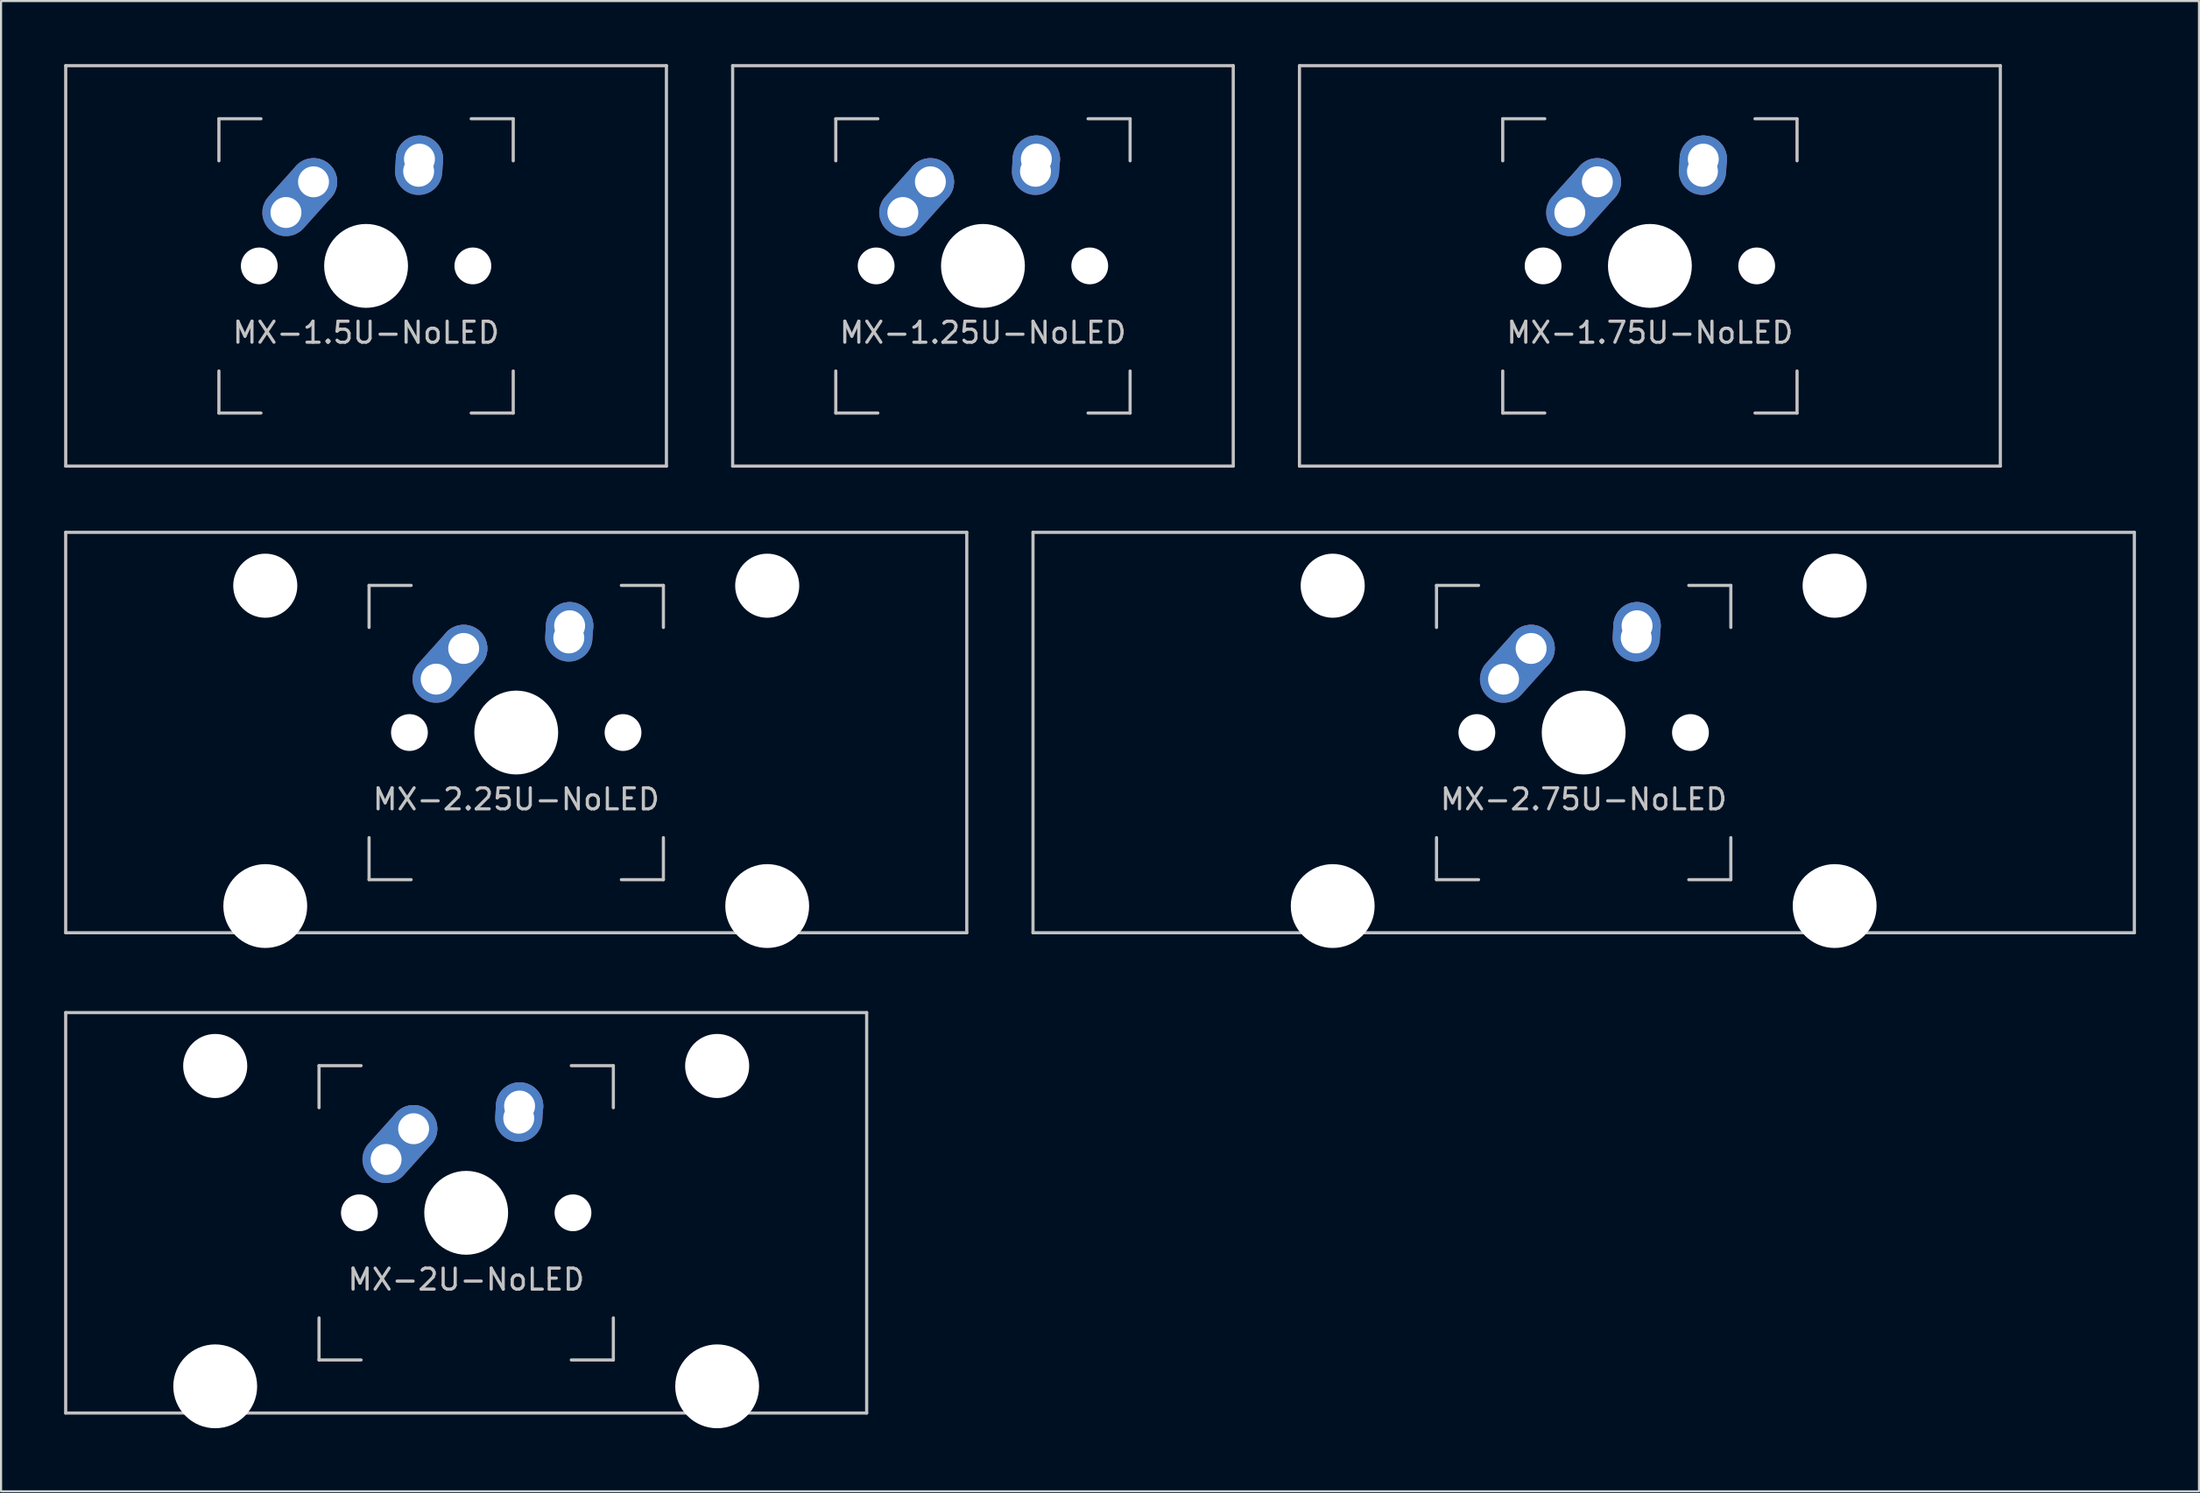
<source format=kicad_pcb>
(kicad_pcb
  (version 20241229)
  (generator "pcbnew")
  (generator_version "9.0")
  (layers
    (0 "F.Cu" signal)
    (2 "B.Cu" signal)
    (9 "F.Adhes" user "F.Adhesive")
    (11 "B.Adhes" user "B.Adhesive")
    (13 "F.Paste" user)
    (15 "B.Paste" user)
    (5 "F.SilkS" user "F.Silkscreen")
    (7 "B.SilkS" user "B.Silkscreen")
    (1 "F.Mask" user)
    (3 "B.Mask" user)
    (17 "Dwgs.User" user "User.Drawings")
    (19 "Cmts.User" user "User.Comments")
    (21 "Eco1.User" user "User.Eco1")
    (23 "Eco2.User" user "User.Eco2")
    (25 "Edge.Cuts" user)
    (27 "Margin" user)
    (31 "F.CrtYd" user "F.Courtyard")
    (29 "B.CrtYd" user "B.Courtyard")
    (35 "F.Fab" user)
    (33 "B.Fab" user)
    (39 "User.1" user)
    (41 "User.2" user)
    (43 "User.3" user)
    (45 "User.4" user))
  (footprint "MX-1.25U-NoLED"
    (layer "F.Cu")
    (at 43.706 9.6)
    (property "Reference" "MX-1.25U-NoLED" (at 0 3.175 0) (layer "Dwgs.User") (effects (font (size 1 1) (thickness 0.15))))
    (attr through_hole)
    (fp_line (start -11.906 -9.525) (end 11.906 -9.525) (stroke (width 0.15) (type solid)) (layer "Dwgs.User"))
    (fp_line (start -11.906 9.525) (end -11.906 -9.525) (stroke (width 0.15) (type solid)) (layer "Dwgs.User"))
    (fp_line (start -7 -7) (end -7 -5) (stroke (width 0.15) (type solid)) (layer "Dwgs.User"))
    (fp_line (start -7 5) (end -7 7) (stroke (width 0.15) (type solid)) (layer "Dwgs.User"))
    (fp_line (start -7 7) (end -5 7) (stroke (width 0.15) (type solid)) (layer "Dwgs.User"))
    (fp_line (start -5 -7) (end -7 -7) (stroke (width 0.15) (type solid)) (layer "Dwgs.User"))
    (fp_line (start 5 -7) (end 7 -7) (stroke (width 0.15) (type solid)) (layer "Dwgs.User"))
    (fp_line (start 5 7) (end 7 7) (stroke (width 0.15) (type solid)) (layer "Dwgs.User"))
    (fp_line (start 7 -7) (end 7 -5) (stroke (width 0.15) (type solid)) (layer "Dwgs.User"))
    (fp_line (start 7 7) (end 7 5) (stroke (width 0.15) (type solid)) (layer "Dwgs.User"))
    (fp_line (start 11.906 -9.525) (end 11.906 9.525) (stroke (width 0.15) (type solid)) (layer "Dwgs.User"))
    (fp_line (start 11.906 9.525) (end -11.906 9.525) (stroke (width 0.15) (type solid)) (layer "Dwgs.User"))
    (pad "" np_thru_hole circle (at -5.08 0 48.1) (size 1.75 1.75) (drill 1.75) (layers "*.Cu" "*.Mask"))
    (pad "" np_thru_hole circle (at 0 0) (size 3.988 3.988) (drill 3.988) (layers "*.Cu" "*.Mask"))
    (pad "" np_thru_hole circle (at 5.08 0 48.1) (size 1.75 1.75) (drill 1.75) (layers "*.Cu" "*.Mask"))
    (pad "1" thru_hole oval (at -3.81 -2.54 48.1) (size 4.212 2.25) (drill 1.47 (offset 0.981 0)) (layers "*.Cu" "B.Mask"))
    (pad "1" thru_hole circle (at -2.5 -4) (size 2.25 2.25) (drill 1.47) (layers "*.Cu" "B.Mask"))
    (pad "2" thru_hole oval (at 2.5 -4.5 86.055) (size 2.831 2.25) (drill 1.47 (offset 0.291 0)) (layers "*.Cu" "B.Mask"))
    (pad "2" thru_hole circle (at 2.54 -5.08) (size 2.25 2.25) (drill 1.47) (layers "*.Cu" "B.Mask")))
  (footprint "MX-1.5U-NoLED"
    (layer "F.Cu")
    (at 14.363 9.6)
    (property "Reference" "MX-1.5U-NoLED" (at 0 3.175 0) (layer "Dwgs.User") (effects (font (size 1 1) (thickness 0.15))))
    (attr through_hole)
    (fp_line (start -14.287 -9.525) (end 14.287 -9.525) (stroke (width 0.15) (type solid)) (layer "Dwgs.User"))
    (fp_line (start -14.287 9.525) (end -14.287 -9.525) (stroke (width 0.15) (type solid)) (layer "Dwgs.User"))
    (fp_line (start -7 -7) (end -7 -5) (stroke (width 0.15) (type solid)) (layer "Dwgs.User"))
    (fp_line (start -7 5) (end -7 7) (stroke (width 0.15) (type solid)) (layer "Dwgs.User"))
    (fp_line (start -7 7) (end -5 7) (stroke (width 0.15) (type solid)) (layer "Dwgs.User"))
    (fp_line (start -5 -7) (end -7 -7) (stroke (width 0.15) (type solid)) (layer "Dwgs.User"))
    (fp_line (start 5 -7) (end 7 -7) (stroke (width 0.15) (type solid)) (layer "Dwgs.User"))
    (fp_line (start 5 7) (end 7 7) (stroke (width 0.15) (type solid)) (layer "Dwgs.User"))
    (fp_line (start 7 -7) (end 7 -5) (stroke (width 0.15) (type solid)) (layer "Dwgs.User"))
    (fp_line (start 7 7) (end 7 5) (stroke (width 0.15) (type solid)) (layer "Dwgs.User"))
    (fp_line (start 14.287 -9.525) (end 14.287 9.525) (stroke (width 0.15) (type solid)) (layer "Dwgs.User"))
    (fp_line (start 14.287 9.525) (end -14.287 9.525) (stroke (width 0.15) (type solid)) (layer "Dwgs.User"))
    (pad "" np_thru_hole circle (at -5.08 0 48.1) (size 1.75 1.75) (drill 1.75) (layers "*.Cu" "*.Mask"))
    (pad "" np_thru_hole circle (at 0 0) (size 3.988 3.988) (drill 3.988) (layers "*.Cu" "*.Mask"))
    (pad "" np_thru_hole circle (at 5.08 0 48.1) (size 1.75 1.75) (drill 1.75) (layers "*.Cu" "*.Mask"))
    (pad "1" thru_hole oval (at -3.81 -2.54 48.1) (size 4.212 2.25) (drill 1.47 (offset 0.981 0)) (layers "*.Cu" "B.Mask"))
    (pad "1" thru_hole circle (at -2.5 -4) (size 2.25 2.25) (drill 1.47) (layers "*.Cu" "B.Mask"))
    (pad "2" thru_hole oval (at 2.5 -4.5 86.055) (size 2.831 2.25) (drill 1.47 (offset 0.291 0)) (layers "*.Cu" "B.Mask"))
    (pad "2" thru_hole circle (at 2.54 -5.08) (size 2.25 2.25) (drill 1.47) (layers "*.Cu" "B.Mask")))
  (footprint "MX-1.75U-NoLED"
    (layer "F.Cu")
    (at 75.431 9.6)
    (property "Reference" "MX-1.75U-NoLED" (at 0 3.175 0) (layer "Dwgs.User") (effects (font (size 1 1) (thickness 0.15))))
    (attr through_hole)
    (fp_line (start -16.669 -9.525) (end 16.669 -9.525) (stroke (width 0.15) (type solid)) (layer "Dwgs.User"))
    (fp_line (start -16.669 9.525) (end -16.669 -9.525) (stroke (width 0.15) (type solid)) (layer "Dwgs.User"))
    (fp_line (start -7 -7) (end -7 -5) (stroke (width 0.15) (type solid)) (layer "Dwgs.User"))
    (fp_line (start -7 5) (end -7 7) (stroke (width 0.15) (type solid)) (layer "Dwgs.User"))
    (fp_line (start -7 7) (end -5 7) (stroke (width 0.15) (type solid)) (layer "Dwgs.User"))
    (fp_line (start -5 -7) (end -7 -7) (stroke (width 0.15) (type solid)) (layer "Dwgs.User"))
    (fp_line (start 5 -7) (end 7 -7) (stroke (width 0.15) (type solid)) (layer "Dwgs.User"))
    (fp_line (start 5 7) (end 7 7) (stroke (width 0.15) (type solid)) (layer "Dwgs.User"))
    (fp_line (start 7 -7) (end 7 -5) (stroke (width 0.15) (type solid)) (layer "Dwgs.User"))
    (fp_line (start 7 7) (end 7 5) (stroke (width 0.15) (type solid)) (layer "Dwgs.User"))
    (fp_line (start 16.669 -9.525) (end 16.669 9.525) (stroke (width 0.15) (type solid)) (layer "Dwgs.User"))
    (fp_line (start 16.669 9.525) (end -16.669 9.525) (stroke (width 0.15) (type solid)) (layer "Dwgs.User"))
    (pad "" np_thru_hole circle (at -5.08 0 48.1) (size 1.75 1.75) (drill 1.75) (layers "*.Cu" "*.Mask"))
    (pad "" np_thru_hole circle (at 0 0) (size 3.988 3.988) (drill 3.988) (layers "*.Cu" "*.Mask"))
    (pad "" np_thru_hole circle (at 5.08 0 48.1) (size 1.75 1.75) (drill 1.75) (layers "*.Cu" "*.Mask"))
    (pad "1" thru_hole oval (at -3.81 -2.54 48.1) (size 4.212 2.25) (drill 1.47 (offset 0.981 0)) (layers "*.Cu" "B.Mask"))
    (pad "1" thru_hole circle (at -2.5 -4) (size 2.25 2.25) (drill 1.47) (layers "*.Cu" "B.Mask"))
    (pad "2" thru_hole oval (at 2.5 -4.5 86.055) (size 2.831 2.25) (drill 1.47 (offset 0.291 0)) (layers "*.Cu" "B.Mask"))
    (pad "2" thru_hole circle (at 2.54 -5.08) (size 2.25 2.25) (drill 1.47) (layers "*.Cu" "B.Mask")))
  (footprint "MX-2U-NoLED"
    (layer "F.Cu")
    (at 19.125 54.649)
    (property "Reference" "MX-2U-NoLED" (at 0 3.175 0) (layer "Dwgs.User") (effects (font (size 1 1) (thickness 0.15))))
    (attr through_hole)
    (fp_line (start -19.05 -9.525) (end 19.05 -9.525) (stroke (width 0.15) (type solid)) (layer "Dwgs.User"))
    (fp_line (start -19.05 9.525) (end -19.05 -9.525) (stroke (width 0.15) (type solid)) (layer "Dwgs.User"))
    (fp_line (start -19.05 9.525) (end 19.05 9.525) (stroke (width 0.15) (type solid)) (layer "Dwgs.User"))
    (fp_line (start -7 -7) (end -7 -5) (stroke (width 0.15) (type solid)) (layer "Dwgs.User"))
    (fp_line (start -7 5) (end -7 7) (stroke (width 0.15) (type solid)) (layer "Dwgs.User"))
    (fp_line (start -7 7) (end -5 7) (stroke (width 0.15) (type solid)) (layer "Dwgs.User"))
    (fp_line (start -5 -7) (end -7 -7) (stroke (width 0.15) (type solid)) (layer "Dwgs.User"))
    (fp_line (start 5 -7) (end 7 -7) (stroke (width 0.15) (type solid)) (layer "Dwgs.User"))
    (fp_line (start 5 7) (end 7 7) (stroke (width 0.15) (type solid)) (layer "Dwgs.User"))
    (fp_line (start 7 -7) (end 7 -5) (stroke (width 0.15) (type solid)) (layer "Dwgs.User"))
    (fp_line (start 7 7) (end 7 5) (stroke (width 0.15) (type solid)) (layer "Dwgs.User"))
    (fp_line (start 19.05 -9.525) (end 19.05 9.525) (stroke (width 0.15) (type solid)) (layer "Dwgs.User"))
    (pad "" np_thru_hole circle (at -11.938 -6.985) (size 3.048 3.048) (drill 3.048) (layers "*.Cu" "*.Mask"))
    (pad "" np_thru_hole circle (at -11.938 8.255) (size 3.988 3.988) (drill 3.988) (layers "*.Cu" "*.Mask"))
    (pad "" np_thru_hole circle (at -5.08 0 48.1) (size 1.75 1.75) (drill 1.75) (layers "*.Cu" "*.Mask"))
    (pad "" np_thru_hole circle (at 0 0) (size 3.988 3.988) (drill 3.988) (layers "*.Cu" "*.Mask"))
    (pad "" np_thru_hole circle (at 5.08 0 48.1) (size 1.75 1.75) (drill 1.75) (layers "*.Cu" "*.Mask"))
    (pad "" np_thru_hole circle (at 11.938 -6.985) (size 3.048 3.048) (drill 3.048) (layers "*.Cu" "*.Mask"))
    (pad "" np_thru_hole circle (at 11.938 8.255) (size 3.988 3.988) (drill 3.988) (layers "*.Cu" "*.Mask"))
    (pad "1" thru_hole oval (at -3.81 -2.54 48.1) (size 4.212 2.25) (drill 1.47 (offset 0.981 0)) (layers "*.Cu" "B.Mask"))
    (pad "1" thru_hole circle (at -2.5 -4) (size 2.25 2.25) (drill 1.47) (layers "*.Cu" "B.Mask"))
    (pad "2" thru_hole oval (at 2.5 -4.5 86.055) (size 2.831 2.25) (drill 1.47 (offset 0.291 0)) (layers "*.Cu" "B.Mask"))
    (pad "2" thru_hole circle (at 2.54 -5.08) (size 2.25 2.25) (drill 1.47) (layers "*.Cu" "B.Mask")))
  (footprint "MX-2.25U-NoLED"
    (layer "F.Cu")
    (at 21.506 31.8)
    (property "Reference" "MX-2.25U-NoLED" (at 0 3.175 0) (layer "Dwgs.User") (effects (font (size 1 1) (thickness 0.15))))
    (attr through_hole)
    (fp_line (start -21.431 -9.525) (end 21.431 -9.525) (stroke (width 0.15) (type solid)) (layer "Dwgs.User"))
    (fp_line (start -21.431 9.525) (end -21.431 -9.525) (stroke (width 0.15) (type solid)) (layer "Dwgs.User"))
    (fp_line (start -21.431 9.525) (end 21.431 9.525) (stroke (width 0.15) (type solid)) (layer "Dwgs.User"))
    (fp_line (start -7 -7) (end -7 -5) (stroke (width 0.15) (type solid)) (layer "Dwgs.User"))
    (fp_line (start -7 5) (end -7 7) (stroke (width 0.15) (type solid)) (layer "Dwgs.User"))
    (fp_line (start -7 7) (end -5 7) (stroke (width 0.15) (type solid)) (layer "Dwgs.User"))
    (fp_line (start -5 -7) (end -7 -7) (stroke (width 0.15) (type solid)) (layer "Dwgs.User"))
    (fp_line (start 5 -7) (end 7 -7) (stroke (width 0.15) (type solid)) (layer "Dwgs.User"))
    (fp_line (start 5 7) (end 7 7) (stroke (width 0.15) (type solid)) (layer "Dwgs.User"))
    (fp_line (start 7 -7) (end 7 -5) (stroke (width 0.15) (type solid)) (layer "Dwgs.User"))
    (fp_line (start 7 7) (end 7 5) (stroke (width 0.15) (type solid)) (layer "Dwgs.User"))
    (fp_line (start 21.431 -9.525) (end 21.431 9.525) (stroke (width 0.15) (type solid)) (layer "Dwgs.User"))
    (pad "" np_thru_hole circle (at -11.938 -6.985) (size 3.048 3.048) (drill 3.048) (layers "*.Cu" "*.Mask"))
    (pad "" np_thru_hole circle (at -11.938 8.255) (size 3.988 3.988) (drill 3.988) (layers "*.Cu" "*.Mask"))
    (pad "" np_thru_hole circle (at -5.08 0 48.1) (size 1.75 1.75) (drill 1.75) (layers "*.Cu" "*.Mask"))
    (pad "" np_thru_hole circle (at 0 0) (size 3.988 3.988) (drill 3.988) (layers "*.Cu" "*.Mask"))
    (pad "" np_thru_hole circle (at 5.08 0 48.1) (size 1.75 1.75) (drill 1.75) (layers "*.Cu" "*.Mask"))
    (pad "" np_thru_hole circle (at 11.938 -6.985) (size 3.048 3.048) (drill 3.048) (layers "*.Cu" "*.Mask"))
    (pad "" np_thru_hole circle (at 11.938 8.255) (size 3.988 3.988) (drill 3.988) (layers "*.Cu" "*.Mask"))
    (pad "1" thru_hole oval (at -3.81 -2.54 48.1) (size 4.212 2.25) (drill 1.47 (offset 0.981 0)) (layers "*.Cu" "B.Mask"))
    (pad "1" thru_hole circle (at -2.5 -4) (size 2.25 2.25) (drill 1.47) (layers "*.Cu" "B.Mask"))
    (pad "2" thru_hole oval (at 2.5 -4.5 86.055) (size 2.831 2.25) (drill 1.47 (offset 0.291 0)) (layers "*.Cu" "B.Mask"))
    (pad "2" thru_hole circle (at 2.54 -5.08) (size 2.25 2.25) (drill 1.47) (layers "*.Cu" "B.Mask")))
  (footprint "MX-2.75U-NoLED"
    (layer "F.Cu")
    (at 72.281 31.8)
    (property "Reference" "MX-2.75U-NoLED" (at 0 3.175 0) (layer "Dwgs.User") (effects (font (size 1 1) (thickness 0.15))))
    (attr through_hole)
    (fp_line (start -26.194 -9.525) (end 26.194 -9.525) (stroke (width 0.15) (type solid)) (layer "Dwgs.User"))
    (fp_line (start -26.194 9.525) (end -26.194 -9.525) (stroke (width 0.15) (type solid)) (layer "Dwgs.User"))
    (fp_line (start -26.194 9.525) (end 26.194 9.525) (stroke (width 0.15) (type solid)) (layer "Dwgs.User"))
    (fp_line (start -7 -7) (end -7 -5) (stroke (width 0.15) (type solid)) (layer "Dwgs.User"))
    (fp_line (start -7 5) (end -7 7) (stroke (width 0.15) (type solid)) (layer "Dwgs.User"))
    (fp_line (start -7 7) (end -5 7) (stroke (width 0.15) (type solid)) (layer "Dwgs.User"))
    (fp_line (start -5 -7) (end -7 -7) (stroke (width 0.15) (type solid)) (layer "Dwgs.User"))
    (fp_line (start 5 -7) (end 7 -7) (stroke (width 0.15) (type solid)) (layer "Dwgs.User"))
    (fp_line (start 5 7) (end 7 7) (stroke (width 0.15) (type solid)) (layer "Dwgs.User"))
    (fp_line (start 7 -7) (end 7 -5) (stroke (width 0.15) (type solid)) (layer "Dwgs.User"))
    (fp_line (start 7 7) (end 7 5) (stroke (width 0.15) (type solid)) (layer "Dwgs.User"))
    (fp_line (start 26.194 -9.525) (end 26.194 9.525) (stroke (width 0.15) (type solid)) (layer "Dwgs.User"))
    (pad "" np_thru_hole circle (at -11.938 -6.985) (size 3.048 3.048) (drill 3.048) (layers "*.Cu" "*.Mask"))
    (pad "" np_thru_hole circle (at -11.938 8.255) (size 3.988 3.988) (drill 3.988) (layers "*.Cu" "*.Mask"))
    (pad "" np_thru_hole circle (at -5.08 0 48.1) (size 1.75 1.75) (drill 1.75) (layers "*.Cu" "*.Mask"))
    (pad "" np_thru_hole circle (at 0 0) (size 3.988 3.988) (drill 3.988) (layers "*.Cu" "*.Mask"))
    (pad "" np_thru_hole circle (at 5.08 0 48.1) (size 1.75 1.75) (drill 1.75) (layers "*.Cu" "*.Mask"))
    (pad "" np_thru_hole circle (at 11.938 -6.985) (size 3.048 3.048) (drill 3.048) (layers "*.Cu" "*.Mask"))
    (pad "" np_thru_hole circle (at 11.938 8.255) (size 3.988 3.988) (drill 3.988) (layers "*.Cu" "*.Mask"))
    (pad "1" thru_hole oval (at -3.81 -2.54 48.1) (size 4.212 2.25) (drill 1.47 (offset 0.981 0)) (layers "*.Cu" "B.Mask"))
    (pad "1" thru_hole circle (at -2.5 -4) (size 2.25 2.25) (drill 1.47) (layers "*.Cu" "B.Mask"))
    (pad "2" thru_hole oval (at 2.5 -4.5 86.055) (size 2.831 2.25) (drill 1.47 (offset 0.291 0)) (layers "*.Cu" "B.Mask"))
    (pad "2" thru_hole circle (at 2.54 -5.08) (size 2.25 2.25) (drill 1.47) (layers "*.Cu" "B.Mask")))
  (gr_rect
    (start -3 -3)
    (end 101.55 67.898)
    (stroke (width 0.1) (type default))
    (fill no)
    (layer "Edge.Cuts")))
</source>
